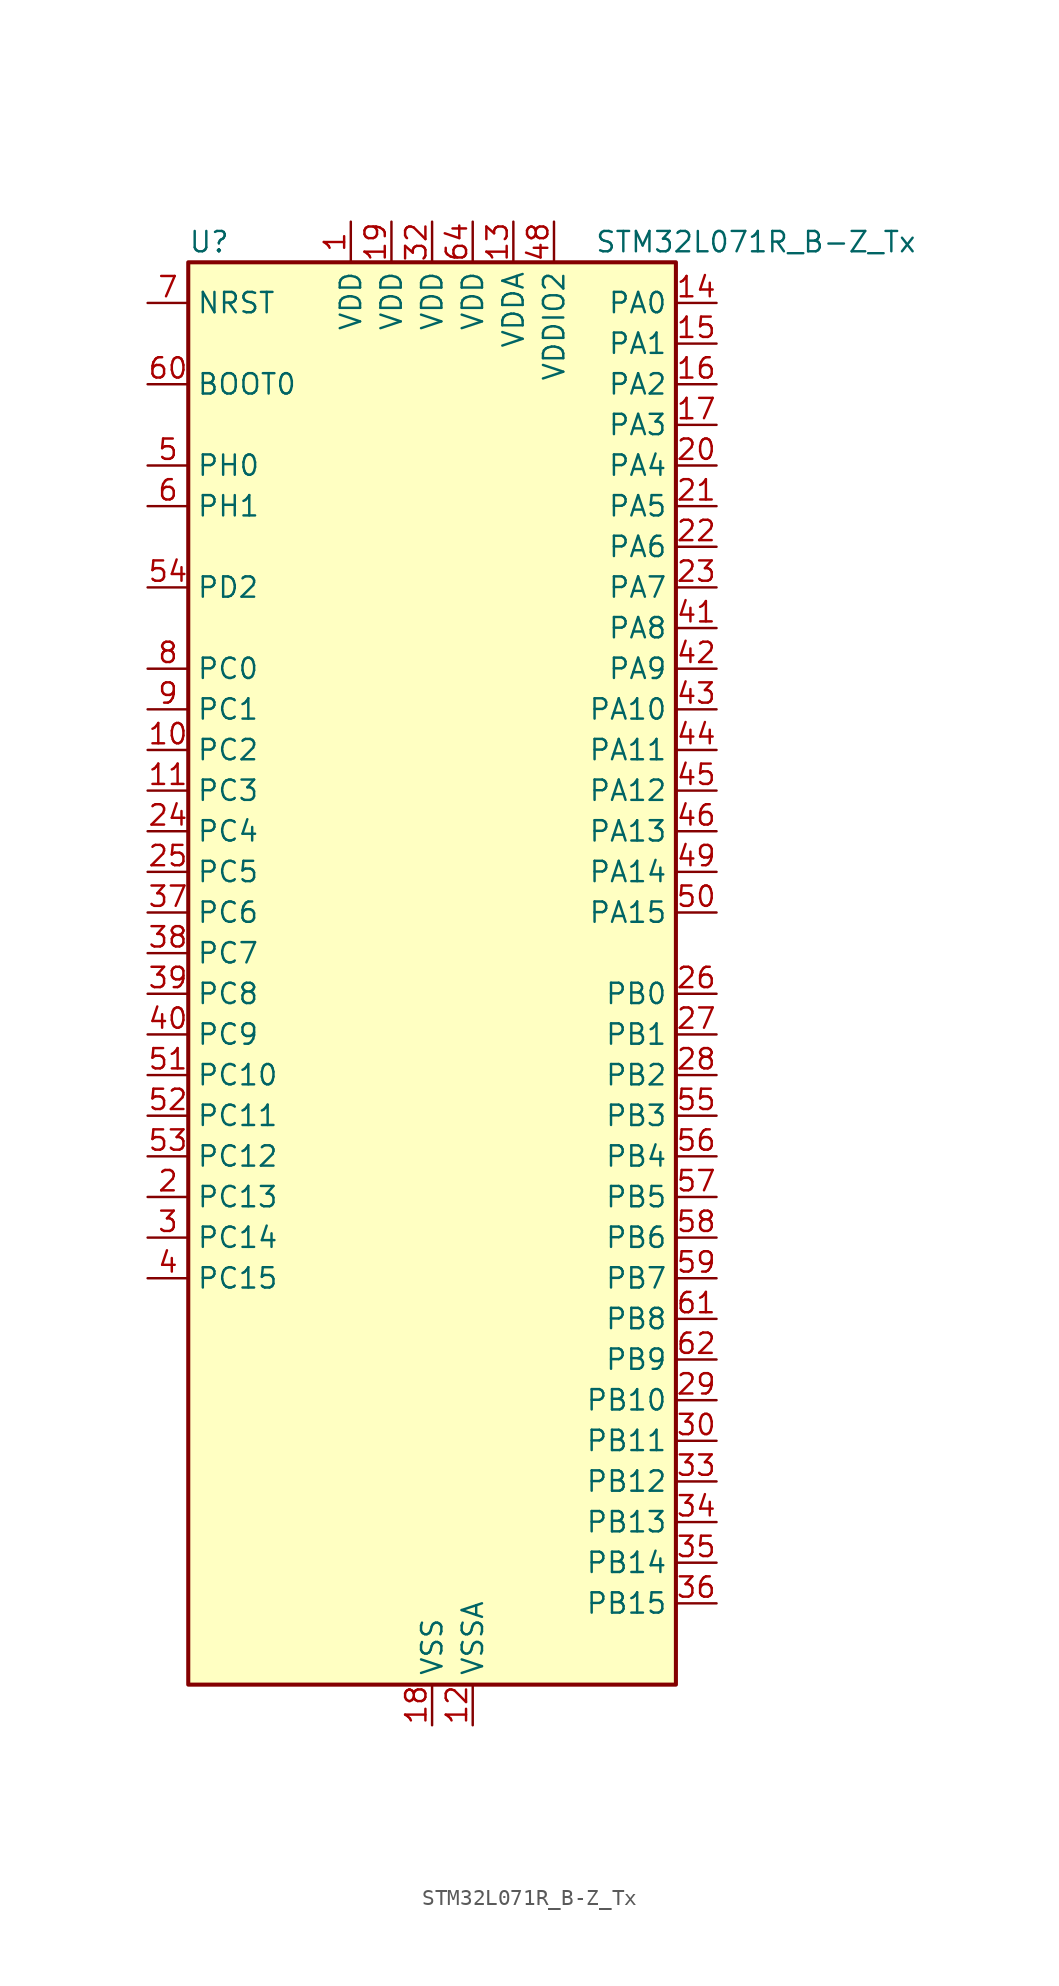
<source format=kicad_sym>
(kicad_symbol_lib
  (version 20231120)
  (generator "kicad_symbol_editor")
  (generator_version "8.0")
  (symbol "STM32L071R_B-Z_Tx"
    (property "Reference" "U"
      (at -15.24 46.99 0)
      (effects (font (size 1.27 1.27)) (justify left)))
    (property "Value" "STM32L071R_B-Z_Tx"
      (at 10.16 46.99 0)
      (effects (font (size 1.27 1.27)) (justify left)))
    (property "ki_locked" ""
      (at 0 0 0)
      (effects (font (size 1.27 1.27))))
    (symbol "STM32L071R_B-Z_Tx_0_1"
      (rectangle (start -15.24 -43.18) (end 15.24 45.72) (stroke (width 0.254) (type default)) (fill (type background))))
    (symbol "STM32L071R_B-Z_Tx_1_1"
      (pin power_in line (at -5.08 48.26 270) (length 2.54) (name "VDD" (effects (font (size 1.27 1.27)))) (number "1" (effects (font (size 1.27 1.27)))))
      (pin bidirectional line (at -17.78 15.24 0) (length 2.54) (name "PC2" (effects (font (size 1.27 1.27)))) (number "10" (effects (font (size 1.27 1.27)))) (alternate "ADC_IN12" bidirectional line) (alternate "I2S2_MCK" bidirectional line) (alternate "LPTIM1_IN2" bidirectional line) (alternate "SPI2_MISO" bidirectional line))
      (pin bidirectional line (at -17.78 12.7 0) (length 2.54) (name "PC3" (effects (font (size 1.27 1.27)))) (number "11" (effects (font (size 1.27 1.27)))) (alternate "ADC_IN13" bidirectional line) (alternate "I2S2_SD" bidirectional line) (alternate "LPTIM1_ETR" bidirectional line) (alternate "SPI2_MOSI" bidirectional line))
      (pin power_in line (at 2.54 -45.72 90) (length 2.54) (name "VSSA" (effects (font (size 1.27 1.27)))) (number "12" (effects (font (size 1.27 1.27)))))
      (pin power_in line (at 5.08 48.26 270) (length 2.54) (name "VDDA" (effects (font (size 1.27 1.27)))) (number "13" (effects (font (size 1.27 1.27)))))
      (pin bidirectional line (at 17.78 43.18 180) (length 2.54) (name "PA0" (effects (font (size 1.27 1.27)))) (number "14" (effects (font (size 1.27 1.27)))) (alternate "ADC_IN0" bidirectional line) (alternate "COMP1_INM" bidirectional line) (alternate "COMP1_OUT" bidirectional line) (alternate "RTC_TAMP2" bidirectional line) (alternate "SYS_WKUP1" bidirectional line) (alternate "TIM2_CH1" bidirectional line) (alternate "TIM2_ETR" bidirectional line) (alternate "USART2_CTS" bidirectional line) (alternate "USART4_TX" bidirectional line))
      (pin bidirectional line (at 17.78 40.64 180) (length 2.54) (name "PA1" (effects (font (size 1.27 1.27)))) (number "15" (effects (font (size 1.27 1.27)))) (alternate "ADC_IN1" bidirectional line) (alternate "COMP1_INP" bidirectional line) (alternate "TIM21_ETR" bidirectional line) (alternate "TIM2_CH2" bidirectional line) (alternate "USART2_DE" bidirectional line) (alternate "USART2_RTS" bidirectional line) (alternate "USART4_RX" bidirectional line))
      (pin bidirectional line (at 17.78 38.1 180) (length 2.54) (name "PA2" (effects (font (size 1.27 1.27)))) (number "16" (effects (font (size 1.27 1.27)))) (alternate "ADC_IN2" bidirectional line) (alternate "COMP2_INM" bidirectional line) (alternate "COMP2_OUT" bidirectional line) (alternate "LPUART1_TX" bidirectional line) (alternate "TIM21_CH1" bidirectional line) (alternate "TIM2_CH3" bidirectional line) (alternate "USART2_TX" bidirectional line))
      (pin bidirectional line (at 17.78 35.56 180) (length 2.54) (name "PA3" (effects (font (size 1.27 1.27)))) (number "17" (effects (font (size 1.27 1.27)))) (alternate "ADC_IN3" bidirectional line) (alternate "COMP2_INP" bidirectional line) (alternate "LPUART1_RX" bidirectional line) (alternate "TIM21_CH2" bidirectional line) (alternate "TIM2_CH4" bidirectional line) (alternate "USART2_RX" bidirectional line))
      (pin power_in line (at 0 -45.72 90) (length 2.54) (name "VSS" (effects (font (size 1.27 1.27)))) (number "18" (effects (font (size 1.27 1.27)))))
      (pin power_in line (at -2.54 48.26 270) (length 2.54) (name "VDD" (effects (font (size 1.27 1.27)))) (number "19" (effects (font (size 1.27 1.27)))))
      (pin bidirectional line (at -17.78 -12.7 0) (length 2.54) (name "PC13" (effects (font (size 1.27 1.27)))) (number "2" (effects (font (size 1.27 1.27)))) (alternate "RTC_OUT_ALARM" bidirectional line) (alternate "RTC_OUT_CALIB" bidirectional line) (alternate "RTC_TAMP1" bidirectional line) (alternate "RTC_TS" bidirectional line) (alternate "SYS_WKUP2" bidirectional line))
      (pin bidirectional line (at 17.78 33.02 180) (length 2.54) (name "PA4" (effects (font (size 1.27 1.27)))) (number "20" (effects (font (size 1.27 1.27)))) (alternate "ADC_IN4" bidirectional line) (alternate "COMP1_INM" bidirectional line) (alternate "COMP2_INM" bidirectional line) (alternate "SPI1_NSS" bidirectional line) (alternate "TIM22_ETR" bidirectional line) (alternate "USART2_CK" bidirectional line))
      (pin bidirectional line (at 17.78 30.48 180) (length 2.54) (name "PA5" (effects (font (size 1.27 1.27)))) (number "21" (effects (font (size 1.27 1.27)))) (alternate "ADC_IN5" bidirectional line) (alternate "COMP1_INM" bidirectional line) (alternate "COMP2_INM" bidirectional line) (alternate "SPI1_SCK" bidirectional line) (alternate "TIM2_CH1" bidirectional line) (alternate "TIM2_ETR" bidirectional line))
      (pin bidirectional line (at 17.78 27.94 180) (length 2.54) (name "PA6" (effects (font (size 1.27 1.27)))) (number "22" (effects (font (size 1.27 1.27)))) (alternate "ADC_IN6" bidirectional line) (alternate "COMP1_OUT" bidirectional line) (alternate "LPUART1_CTS" bidirectional line) (alternate "SPI1_MISO" bidirectional line) (alternate "TIM22_CH1" bidirectional line) (alternate "TIM3_CH1" bidirectional line))
      (pin bidirectional line (at 17.78 25.4 180) (length 2.54) (name "PA7" (effects (font (size 1.27 1.27)))) (number "23" (effects (font (size 1.27 1.27)))) (alternate "ADC_IN7" bidirectional line) (alternate "COMP2_OUT" bidirectional line) (alternate "SPI1_MOSI" bidirectional line) (alternate "TIM22_CH2" bidirectional line) (alternate "TIM3_CH2" bidirectional line))
      (pin bidirectional line (at -17.78 10.16 0) (length 2.54) (name "PC4" (effects (font (size 1.27 1.27)))) (number "24" (effects (font (size 1.27 1.27)))) (alternate "ADC_IN14" bidirectional line) (alternate "LPUART1_TX" bidirectional line))
      (pin bidirectional line (at -17.78 7.62 0) (length 2.54) (name "PC5" (effects (font (size 1.27 1.27)))) (number "25" (effects (font (size 1.27 1.27)))) (alternate "ADC_IN15" bidirectional line) (alternate "LPUART1_RX" bidirectional line))
      (pin bidirectional line (at 17.78 0 180) (length 2.54) (name "PB0" (effects (font (size 1.27 1.27)))) (number "26" (effects (font (size 1.27 1.27)))) (alternate "ADC_IN8" bidirectional line) (alternate "SYS_VREF_OUT_PB0" bidirectional line) (alternate "TIM3_CH3" bidirectional line))
      (pin bidirectional line (at 17.78 -2.54 180) (length 2.54) (name "PB1" (effects (font (size 1.27 1.27)))) (number "27" (effects (font (size 1.27 1.27)))) (alternate "ADC_IN9" bidirectional line) (alternate "LPUART1_DE" bidirectional line) (alternate "LPUART1_RTS" bidirectional line) (alternate "SYS_VREF_OUT_PB1" bidirectional line) (alternate "TIM3_CH4" bidirectional line))
      (pin bidirectional line (at 17.78 -5.08 180) (length 2.54) (name "PB2" (effects (font (size 1.27 1.27)))) (number "28" (effects (font (size 1.27 1.27)))) (alternate "I2C3_SMBA" bidirectional line) (alternate "LPTIM1_OUT" bidirectional line))
      (pin bidirectional line (at 17.78 -25.4 180) (length 2.54) (name "PB10" (effects (font (size 1.27 1.27)))) (number "29" (effects (font (size 1.27 1.27)))) (alternate "I2C2_SCL" bidirectional line) (alternate "LPUART1_RX" bidirectional line) (alternate "LPUART1_TX" bidirectional line) (alternate "SPI2_SCK" bidirectional line) (alternate "TIM2_CH3" bidirectional line))
      (pin bidirectional line (at -17.78 -15.24 0) (length 2.54) (name "PC14" (effects (font (size 1.27 1.27)))) (number "3" (effects (font (size 1.27 1.27)))) (alternate "RCC_OSC32_IN" bidirectional line))
      (pin bidirectional line (at 17.78 -27.94 180) (length 2.54) (name "PB11" (effects (font (size 1.27 1.27)))) (number "30" (effects (font (size 1.27 1.27)))) (alternate "ADC_EXTI11" bidirectional line) (alternate "I2C2_SDA" bidirectional line) (alternate "LPUART1_RX" bidirectional line) (alternate "LPUART1_TX" bidirectional line) (alternate "TIM2_CH4" bidirectional line))
      (pin passive line (at 0 -45.72 90) (length 2.54) hide (name "VSS" (effects (font (size 1.27 1.27)))) (number "31" (effects (font (size 1.27 1.27)))))
      (pin power_in line (at 0 48.26 270) (length 2.54) (name "VDD" (effects (font (size 1.27 1.27)))) (number "32" (effects (font (size 1.27 1.27)))))
      (pin bidirectional line (at 17.78 -30.48 180) (length 2.54) (name "PB12" (effects (font (size 1.27 1.27)))) (number "33" (effects (font (size 1.27 1.27)))) (alternate "I2S2_WS" bidirectional line) (alternate "LPUART1_DE" bidirectional line) (alternate "LPUART1_RTS" bidirectional line) (alternate "SPI2_NSS" bidirectional line))
      (pin bidirectional line (at 17.78 -33.02 180) (length 2.54) (name "PB13" (effects (font (size 1.27 1.27)))) (number "34" (effects (font (size 1.27 1.27)))) (alternate "I2C2_SCL" bidirectional line) (alternate "I2S2_CK" bidirectional line) (alternate "LPUART1_CTS" bidirectional line) (alternate "RCC_MCO" bidirectional line) (alternate "SPI2_SCK" bidirectional line) (alternate "TIM21_CH1" bidirectional line))
      (pin bidirectional line (at 17.78 -35.56 180) (length 2.54) (name "PB14" (effects (font (size 1.27 1.27)))) (number "35" (effects (font (size 1.27 1.27)))) (alternate "I2C2_SDA" bidirectional line) (alternate "I2S2_MCK" bidirectional line) (alternate "LPUART1_DE" bidirectional line) (alternate "LPUART1_RTS" bidirectional line) (alternate "RTC_OUT_ALARM" bidirectional line) (alternate "RTC_OUT_CALIB" bidirectional line) (alternate "SPI2_MISO" bidirectional line) (alternate "TIM21_CH2" bidirectional line))
      (pin bidirectional line (at 17.78 -38.1 180) (length 2.54) (name "PB15" (effects (font (size 1.27 1.27)))) (number "36" (effects (font (size 1.27 1.27)))) (alternate "I2S2_SD" bidirectional line) (alternate "RTC_REFIN" bidirectional line) (alternate "SPI2_MOSI" bidirectional line))
      (pin bidirectional line (at -17.78 5.08 0) (length 2.54) (name "PC6" (effects (font (size 1.27 1.27)))) (number "37" (effects (font (size 1.27 1.27)))) (alternate "TIM22_CH1" bidirectional line) (alternate "TIM3_CH1" bidirectional line))
      (pin bidirectional line (at -17.78 2.54 0) (length 2.54) (name "PC7" (effects (font (size 1.27 1.27)))) (number "38" (effects (font (size 1.27 1.27)))) (alternate "TIM22_CH2" bidirectional line) (alternate "TIM3_CH2" bidirectional line))
      (pin bidirectional line (at -17.78 0 0) (length 2.54) (name "PC8" (effects (font (size 1.27 1.27)))) (number "39" (effects (font (size 1.27 1.27)))) (alternate "TIM22_ETR" bidirectional line) (alternate "TIM3_CH3" bidirectional line))
      (pin bidirectional line (at -17.78 -17.78 0) (length 2.54) (name "PC15" (effects (font (size 1.27 1.27)))) (number "4" (effects (font (size 1.27 1.27)))) (alternate "RCC_OSC32_OUT" bidirectional line))
      (pin bidirectional line (at -17.78 -2.54 0) (length 2.54) (name "PC9" (effects (font (size 1.27 1.27)))) (number "40" (effects (font (size 1.27 1.27)))) (alternate "I2C3_SDA" bidirectional line) (alternate "TIM21_ETR" bidirectional line) (alternate "TIM3_CH4" bidirectional line))
      (pin bidirectional line (at 17.78 22.86 180) (length 2.54) (name "PA8" (effects (font (size 1.27 1.27)))) (number "41" (effects (font (size 1.27 1.27)))) (alternate "I2C3_SCL" bidirectional line) (alternate "RCC_MCO" bidirectional line) (alternate "USART1_CK" bidirectional line))
      (pin bidirectional line (at 17.78 20.32 180) (length 2.54) (name "PA9" (effects (font (size 1.27 1.27)))) (number "42" (effects (font (size 1.27 1.27)))) (alternate "I2C1_SCL" bidirectional line) (alternate "I2C3_SMBA" bidirectional line) (alternate "RCC_MCO" bidirectional line) (alternate "USART1_TX" bidirectional line))
      (pin bidirectional line (at 17.78 17.78 180) (length 2.54) (name "PA10" (effects (font (size 1.27 1.27)))) (number "43" (effects (font (size 1.27 1.27)))) (alternate "I2C1_SDA" bidirectional line) (alternate "USART1_RX" bidirectional line))
      (pin bidirectional line (at 17.78 15.24 180) (length 2.54) (name "PA11" (effects (font (size 1.27 1.27)))) (number "44" (effects (font (size 1.27 1.27)))) (alternate "ADC_EXTI11" bidirectional line) (alternate "COMP1_OUT" bidirectional line) (alternate "SPI1_MISO" bidirectional line) (alternate "USART1_CTS" bidirectional line))
      (pin bidirectional line (at 17.78 12.7 180) (length 2.54) (name "PA12" (effects (font (size 1.27 1.27)))) (number "45" (effects (font (size 1.27 1.27)))) (alternate "COMP2_OUT" bidirectional line) (alternate "SPI1_MOSI" bidirectional line) (alternate "USART1_DE" bidirectional line) (alternate "USART1_RTS" bidirectional line))
      (pin bidirectional line (at 17.78 10.16 180) (length 2.54) (name "PA13" (effects (font (size 1.27 1.27)))) (number "46" (effects (font (size 1.27 1.27)))) (alternate "LPUART1_RX" bidirectional line) (alternate "SYS_SWDIO" bidirectional line))
      (pin passive line (at 0 -45.72 90) (length 2.54) hide (name "VSS" (effects (font (size 1.27 1.27)))) (number "47" (effects (font (size 1.27 1.27)))))
      (pin power_in line (at 7.62 48.26 270) (length 2.54) (name "VDDIO2" (effects (font (size 1.27 1.27)))) (number "48" (effects (font (size 1.27 1.27)))))
      (pin bidirectional line (at 17.78 7.62 180) (length 2.54) (name "PA14" (effects (font (size 1.27 1.27)))) (number "49" (effects (font (size 1.27 1.27)))) (alternate "LPUART1_TX" bidirectional line) (alternate "SYS_SWCLK" bidirectional line) (alternate "USART2_TX" bidirectional line))
      (pin bidirectional line (at -17.78 33.02 0) (length 2.54) (name "PH0" (effects (font (size 1.27 1.27)))) (number "5" (effects (font (size 1.27 1.27)))) (alternate "RCC_OSC_IN" bidirectional line))
      (pin bidirectional line (at 17.78 5.08 180) (length 2.54) (name "PA15" (effects (font (size 1.27 1.27)))) (number "50" (effects (font (size 1.27 1.27)))) (alternate "SPI1_NSS" bidirectional line) (alternate "TIM2_CH1" bidirectional line) (alternate "TIM2_ETR" bidirectional line) (alternate "USART2_RX" bidirectional line) (alternate "USART4_DE" bidirectional line) (alternate "USART4_RTS" bidirectional line))
      (pin bidirectional line (at -17.78 -5.08 0) (length 2.54) (name "PC10" (effects (font (size 1.27 1.27)))) (number "51" (effects (font (size 1.27 1.27)))) (alternate "LPUART1_TX" bidirectional line) (alternate "USART4_TX" bidirectional line))
      (pin bidirectional line (at -17.78 -7.62 0) (length 2.54) (name "PC11" (effects (font (size 1.27 1.27)))) (number "52" (effects (font (size 1.27 1.27)))) (alternate "ADC_EXTI11" bidirectional line) (alternate "LPUART1_RX" bidirectional line) (alternate "USART4_RX" bidirectional line))
      (pin bidirectional line (at -17.78 -10.16 0) (length 2.54) (name "PC12" (effects (font (size 1.27 1.27)))) (number "53" (effects (font (size 1.27 1.27)))) (alternate "USART4_CK" bidirectional line) (alternate "USART5_TX" bidirectional line))
      (pin bidirectional line (at -17.78 25.4 0) (length 2.54) (name "PD2" (effects (font (size 1.27 1.27)))) (number "54" (effects (font (size 1.27 1.27)))) (alternate "LPUART1_DE" bidirectional line) (alternate "LPUART1_RTS" bidirectional line) (alternate "TIM3_ETR" bidirectional line) (alternate "USART5_RX" bidirectional line))
      (pin bidirectional line (at 17.78 -7.62 180) (length 2.54) (name "PB3" (effects (font (size 1.27 1.27)))) (number "55" (effects (font (size 1.27 1.27)))) (alternate "COMP2_INM" bidirectional line) (alternate "SPI1_SCK" bidirectional line) (alternate "TIM2_CH2" bidirectional line) (alternate "USART1_DE" bidirectional line) (alternate "USART1_RTS" bidirectional line) (alternate "USART5_TX" bidirectional line))
      (pin bidirectional line (at 17.78 -10.16 180) (length 2.54) (name "PB4" (effects (font (size 1.27 1.27)))) (number "56" (effects (font (size 1.27 1.27)))) (alternate "COMP2_INP" bidirectional line) (alternate "I2C3_SDA" bidirectional line) (alternate "SPI1_MISO" bidirectional line) (alternate "TIM22_CH1" bidirectional line) (alternate "TIM3_CH1" bidirectional line) (alternate "USART1_CTS" bidirectional line) (alternate "USART5_RX" bidirectional line))
      (pin bidirectional line (at 17.78 -12.7 180) (length 2.54) (name "PB5" (effects (font (size 1.27 1.27)))) (number "57" (effects (font (size 1.27 1.27)))) (alternate "COMP2_INP" bidirectional line) (alternate "I2C1_SMBA" bidirectional line) (alternate "LPTIM1_IN1" bidirectional line) (alternate "SPI1_MOSI" bidirectional line) (alternate "TIM22_CH2" bidirectional line) (alternate "TIM3_CH2" bidirectional line) (alternate "USART1_CK" bidirectional line) (alternate "USART5_CK" bidirectional line) (alternate "USART5_DE" bidirectional line) (alternate "USART5_RTS" bidirectional line))
      (pin bidirectional line (at 17.78 -15.24 180) (length 2.54) (name "PB6" (effects (font (size 1.27 1.27)))) (number "58" (effects (font (size 1.27 1.27)))) (alternate "COMP2_INP" bidirectional line) (alternate "I2C1_SCL" bidirectional line) (alternate "LPTIM1_ETR" bidirectional line) (alternate "USART1_TX" bidirectional line))
      (pin bidirectional line (at 17.78 -17.78 180) (length 2.54) (name "PB7" (effects (font (size 1.27 1.27)))) (number "59" (effects (font (size 1.27 1.27)))) (alternate "COMP2_INP" bidirectional line) (alternate "I2C1_SDA" bidirectional line) (alternate "LPTIM1_IN2" bidirectional line) (alternate "SYS_PVD_IN" bidirectional line) (alternate "USART1_RX" bidirectional line) (alternate "USART4_CTS" bidirectional line))
      (pin bidirectional line (at -17.78 30.48 0) (length 2.54) (name "PH1" (effects (font (size 1.27 1.27)))) (number "6" (effects (font (size 1.27 1.27)))) (alternate "RCC_OSC_OUT" bidirectional line))
      (pin input line (at -17.78 38.1 0) (length 2.54) (name "BOOT0" (effects (font (size 1.27 1.27)))) (number "60" (effects (font (size 1.27 1.27)))))
      (pin bidirectional line (at 17.78 -20.32 180) (length 2.54) (name "PB8" (effects (font (size 1.27 1.27)))) (number "61" (effects (font (size 1.27 1.27)))) (alternate "I2C1_SCL" bidirectional line))
      (pin bidirectional line (at 17.78 -22.86 180) (length 2.54) (name "PB9" (effects (font (size 1.27 1.27)))) (number "62" (effects (font (size 1.27 1.27)))) (alternate "I2C1_SDA" bidirectional line) (alternate "I2S2_WS" bidirectional line) (alternate "SPI2_NSS" bidirectional line))
      (pin passive line (at 0 -45.72 90) (length 2.54) hide (name "VSS" (effects (font (size 1.27 1.27)))) (number "63" (effects (font (size 1.27 1.27)))))
      (pin power_in line (at 2.54 48.26 270) (length 2.54) (name "VDD" (effects (font (size 1.27 1.27)))) (number "64" (effects (font (size 1.27 1.27)))))
      (pin input line (at -17.78 43.18 0) (length 2.54) (name "NRST" (effects (font (size 1.27 1.27)))) (number "7" (effects (font (size 1.27 1.27)))))
      (pin bidirectional line (at -17.78 20.32 0) (length 2.54) (name "PC0" (effects (font (size 1.27 1.27)))) (number "8" (effects (font (size 1.27 1.27)))) (alternate "ADC_IN10" bidirectional line) (alternate "I2C3_SCL" bidirectional line) (alternate "LPTIM1_IN1" bidirectional line) (alternate "LPUART1_RX" bidirectional line))
      (pin bidirectional line (at -17.78 17.78 0) (length 2.54) (name "PC1" (effects (font (size 1.27 1.27)))) (number "9" (effects (font (size 1.27 1.27)))) (alternate "ADC_IN11" bidirectional line) (alternate "I2C3_SDA" bidirectional line) (alternate "LPTIM1_OUT" bidirectional line) (alternate "LPUART1_TX" bidirectional line)))))
</source>
